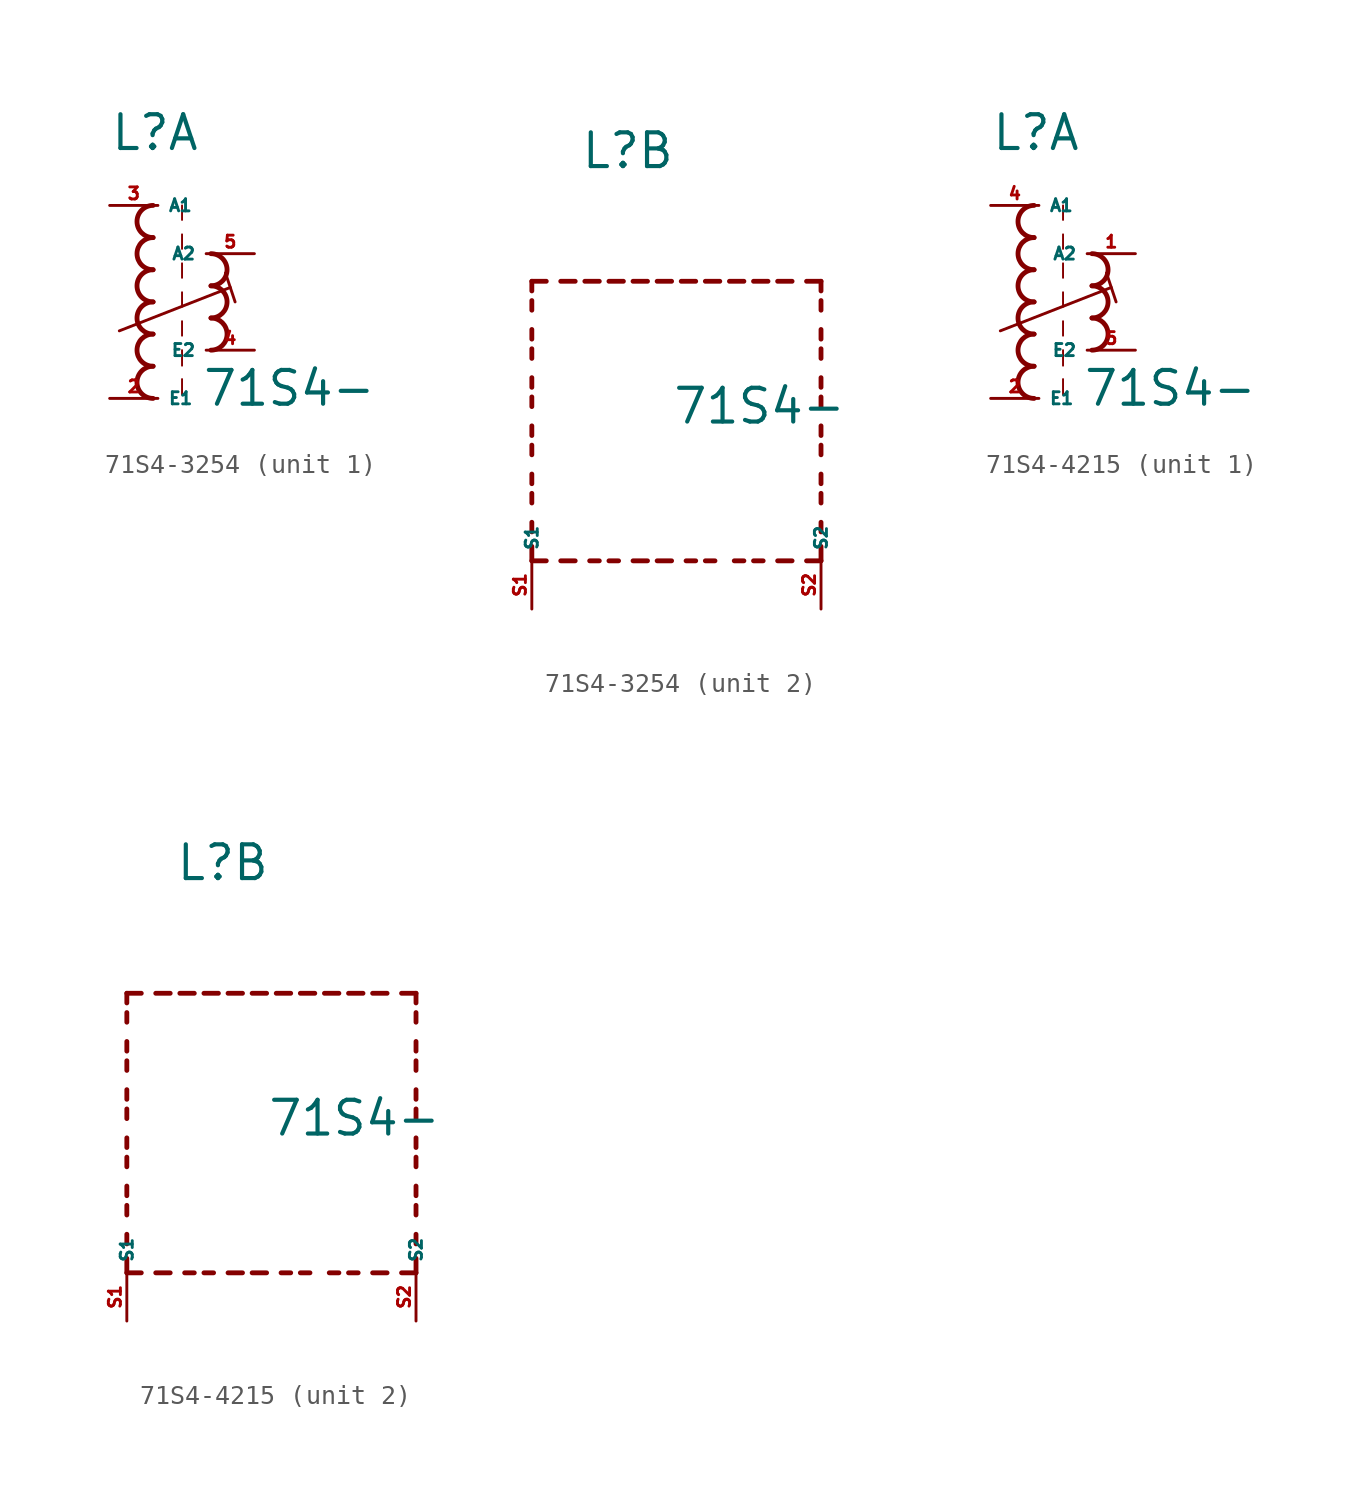
<source format=kicad_sym>
(kicad_symbol_lib
  (version 20220914)
  (generator kicad_symbol_editor)
  (symbol "71S4-3254"
    (property "Reference" "L"
      (at -2.54 7.874 0)
      (effects (font (size 1.778 1.778) (thickness 0.22)) (justify left bottom)))
    (property "Value" "71S4-"
      (at 2.286 -5.588 0)
      (effects (font (size 1.778 1.778) (thickness 0.22)) (justify left bottom)))
    (symbol "71S4-3254_1_0"
      (arc (start -0.254 -3.3866) (mid -1.1004 -4.2333) (end -0.254 -5.08) (stroke (width 0.254) (type default)) (fill (type none)))
      (arc (start -0.254 -1.6932) (mid -1.1004 -2.5399) (end -0.254 -3.3866) (stroke (width 0.254) (type default)) (fill (type none)))
      (arc (start -0.254 0) (mid -1.1004 -0.8467) (end -0.254 -1.6934) (stroke (width 0.254) (type default)) (fill (type none)))
      (arc (start -0.254 1.6934) (mid -1.1004 0.8467) (end -0.254 0) (stroke (width 0.254) (type default)) (fill (type none)))
      (arc (start -0.254 3.3866) (mid -1.1002 2.54) (end -0.254 1.6934) (stroke (width 0.254) (type default)) (fill (type none)))
      (arc (start -0.254 5.08) (mid -1.1004 4.2333) (end -0.254 3.3866) (stroke (width 0.254) (type default)) (fill (type none)))
      (polyline (pts (xy -2.032 -1.524) (xy 3.81 0.762)) (stroke (width 0.152) (type default)) (fill (type none)))
      (polyline (pts (xy 1.27 -4.064) (xy 1.27 -4.88)) (stroke (width 0.102) (type default)) (fill (type none)))
      (polyline (pts (xy 1.27 -2.54) (xy 1.27 -3.356)) (stroke (width 0.102) (type default)) (fill (type none)))
      (polyline (pts (xy 1.27 -1.016) (xy 1.27 -1.778)) (stroke (width 0.102) (type default)) (fill (type none)))
      (polyline (pts (xy 1.27 0.508) (xy 1.27 -0.254)) (stroke (width 0.102) (type default)) (fill (type none)))
      (polyline (pts (xy 1.27 2.032) (xy 1.27 1.27)) (stroke (width 0.102) (type default)) (fill (type none)))
      (polyline (pts (xy 1.27 3.556) (xy 1.27 2.794)) (stroke (width 0.102) (type default)) (fill (type none)))
      (polyline (pts (xy 1.27 5.08) (xy 1.27 4.318)) (stroke (width 0.102) (type default)) (fill (type none)))
      (polyline (pts (xy 3.556 1.524) (xy 4.064 0)) (stroke (width 0.152) (type default)) (fill (type none)))
      (arc (start 2.794 -2.54) (mid 3.6404 -1.6933) (end 2.794 -0.8466) (stroke (width 0.254) (type default)) (fill (type none)))
      (arc (start 2.794 -0.8466) (mid 3.6402 0) (end 2.794 0.8466) (stroke (width 0.254) (type default)) (fill (type none)))
      (arc (start 2.794 0.8466) (mid 3.6404 1.6933) (end 2.794 2.54) (stroke (width 0.254) (type default)) (fill (type none)))
      (pin passive line (at -2.54 -5.08 0) (length 2.54) (name "E1" (effects (font (size 0.635 0.635)))) (number "2" (effects (font (size 0.635 0.635)))))
      (pin passive line (at -2.54 5.08 0) (length 2.54) (name "A1" (effects (font (size 0.635 0.635)))) (number "3" (effects (font (size 0.635 0.635)))))
      (pin passive line (at 5.08 -2.54 180) (length 2.54) (name "E2" (effects (font (size 0.635 0.635)))) (number "4" (effects (font (size 0.635 0.635)))))
      (pin passive line (at 5.08 2.54 180) (length 2.54) (name "A2" (effects (font (size 0.635 0.635)))) (number "5" (effects (font (size 0.635 0.635))))))
    (symbol "71S4-3254_2_0"
      (polyline (pts (xy -5.08 -12.7) (xy -5.08 -11.938)) (stroke (width 0.254) (type default)) (fill (type none)))
      (polyline (pts (xy -5.08 -12.7) (xy -4.318 -12.7)) (stroke (width 0.254) (type default)) (fill (type none)))
      (polyline (pts (xy -5.08 -11.176) (xy -5.08 -10.668)) (stroke (width 0.254) (type default)) (fill (type none)))
      (polyline (pts (xy -5.08 -9.652) (xy -5.08 -9.144)) (stroke (width 0.254) (type default)) (fill (type none)))
      (polyline (pts (xy -5.08 -8.636) (xy -5.08 -8.128)) (stroke (width 0.254) (type default)) (fill (type none)))
      (polyline (pts (xy -5.08 -7.112) (xy -5.08 -6.604)) (stroke (width 0.254) (type default)) (fill (type none)))
      (polyline (pts (xy -5.08 -6.096) (xy -5.08 -5.588)) (stroke (width 0.254) (type default)) (fill (type none)))
      (polyline (pts (xy -5.08 -4.572) (xy -5.08 -4.064)) (stroke (width 0.254) (type default)) (fill (type none)))
      (polyline (pts (xy -5.08 -3.556) (xy -5.08 -3.048)) (stroke (width 0.254) (type default)) (fill (type none)))
      (polyline (pts (xy -5.08 -2.032) (xy -5.08 -1.524)) (stroke (width 0.254) (type default)) (fill (type none)))
      (polyline (pts (xy -5.08 -1.016) (xy -5.08 -0.508)) (stroke (width 0.254) (type default)) (fill (type none)))
      (polyline (pts (xy -5.08 0.508) (xy -5.08 1.016)) (stroke (width 0.254) (type default)) (fill (type none)))
      (polyline (pts (xy -5.08 1.524) (xy -5.08 2.032)) (stroke (width 0.254) (type default)) (fill (type none)))
      (polyline (pts (xy -5.08 2.032) (xy -4.318 2.032)) (stroke (width 0.254) (type default)) (fill (type none)))
      (polyline (pts (xy -3.556 -12.7) (xy -2.794 -12.7)) (stroke (width 0.254) (type default)) (fill (type none)))
      (polyline (pts (xy -3.556 2.032) (xy -2.794 2.032)) (stroke (width 0.254) (type default)) (fill (type none)))
      (polyline (pts (xy -1.524 -12.7) (xy -2.032 -12.7)) (stroke (width 0.254) (type default)) (fill (type none)))
      (polyline (pts (xy -1.524 2.032) (xy -2.286 2.032)) (stroke (width 0.254) (type default)) (fill (type none)))
      (polyline (pts (xy -1.016 2.032) (xy -0.254 2.032)) (stroke (width 0.254) (type default)) (fill (type none)))
      (polyline (pts (xy -0.508 -12.7) (xy -1.016 -12.7)) (stroke (width 0.254) (type default)) (fill (type none)))
      (polyline (pts (xy 1.016 -12.7) (xy 0.254 -12.7)) (stroke (width 0.254) (type default)) (fill (type none)))
      (polyline (pts (xy 1.016 2.032) (xy 0.254 2.032)) (stroke (width 0.254) (type default)) (fill (type none)))
      (polyline (pts (xy 1.524 -12.7) (xy 2.286 -12.7)) (stroke (width 0.254) (type default)) (fill (type none)))
      (polyline (pts (xy 1.524 2.032) (xy 2.286 2.032)) (stroke (width 0.254) (type default)) (fill (type none)))
      (polyline (pts (xy 3.556 -12.7) (xy 3.048 -12.7)) (stroke (width 0.254) (type default)) (fill (type none)))
      (polyline (pts (xy 3.556 2.032) (xy 2.794 2.032)) (stroke (width 0.254) (type default)) (fill (type none)))
      (polyline (pts (xy 4.064 2.032) (xy 4.826 2.032)) (stroke (width 0.254) (type default)) (fill (type none)))
      (polyline (pts (xy 4.572 -12.7) (xy 4.064 -12.7)) (stroke (width 0.254) (type default)) (fill (type none)))
      (polyline (pts (xy 6.096 -12.7) (xy 5.588 -12.7)) (stroke (width 0.254) (type default)) (fill (type none)))
      (polyline (pts (xy 6.096 2.032) (xy 5.334 2.032)) (stroke (width 0.254) (type default)) (fill (type none)))
      (polyline (pts (xy 6.604 2.032) (xy 7.366 2.032)) (stroke (width 0.254) (type default)) (fill (type none)))
      (polyline (pts (xy 7.112 -12.7) (xy 6.604 -12.7)) (stroke (width 0.254) (type default)) (fill (type none)))
      (polyline (pts (xy 8.636 -12.7) (xy 7.874 -12.7)) (stroke (width 0.254) (type default)) (fill (type none)))
      (polyline (pts (xy 8.636 2.032) (xy 7.874 2.032)) (stroke (width 0.254) (type default)) (fill (type none)))
      (polyline (pts (xy 10.16 -12.7) (xy 9.398 -12.7)) (stroke (width 0.254) (type default)) (fill (type none)))
      (polyline (pts (xy 10.16 -12.7) (xy 10.16 -11.938)) (stroke (width 0.254) (type default)) (fill (type none)))
      (polyline (pts (xy 10.16 -11.176) (xy 10.16 -10.668)) (stroke (width 0.254) (type default)) (fill (type none)))
      (polyline (pts (xy 10.16 -9.652) (xy 10.16 -9.144)) (stroke (width 0.254) (type default)) (fill (type none)))
      (polyline (pts (xy 10.16 -8.636) (xy 10.16 -8.128)) (stroke (width 0.254) (type default)) (fill (type none)))
      (polyline (pts (xy 10.16 -7.112) (xy 10.16 -6.604)) (stroke (width 0.254) (type default)) (fill (type none)))
      (polyline (pts (xy 10.16 -6.096) (xy 10.16 -5.588)) (stroke (width 0.254) (type default)) (fill (type none)))
      (polyline (pts (xy 10.16 -4.572) (xy 10.16 -4.064)) (stroke (width 0.254) (type default)) (fill (type none)))
      (polyline (pts (xy 10.16 -3.556) (xy 10.16 -3.048)) (stroke (width 0.254) (type default)) (fill (type none)))
      (polyline (pts (xy 10.16 -2.032) (xy 10.16 -1.524)) (stroke (width 0.254) (type default)) (fill (type none)))
      (polyline (pts (xy 10.16 -1.016) (xy 10.16 -0.508)) (stroke (width 0.254) (type default)) (fill (type none)))
      (polyline (pts (xy 10.16 0.508) (xy 10.16 1.016)) (stroke (width 0.254) (type default)) (fill (type none)))
      (polyline (pts (xy 10.16 1.524) (xy 10.16 2.032)) (stroke (width 0.254) (type default)) (fill (type none)))
      (polyline (pts (xy 10.16 2.032) (xy 9.398 2.032)) (stroke (width 0.254) (type default)) (fill (type none)))
      (pin passive line (at -5.08 -15.24 90) (length 2.54) (name "S1" (effects (font (size 0.635 0.635)))) (number "S1" (effects (font (size 0.635 0.635)))))
      (pin passive line (at 10.16 -15.24 90) (length 2.54) (name "S2" (effects (font (size 0.635 0.635)))) (number "S2" (effects (font (size 0.635 0.635)))))))
  (symbol "71S4-4215"
    (property "Reference" "L"
      (at -2.54 7.874 0)
      (effects (font (size 1.778 1.778) (thickness 0.22)) (justify left bottom)))
    (property "Value" "71S4-"
      (at 2.286 -5.588 0)
      (effects (font (size 1.778 1.778) (thickness 0.22)) (justify left bottom)))
    (symbol "71S4-4215_1_0"
      (arc (start -0.254 -3.3866) (mid -1.1004 -4.2333) (end -0.254 -5.08) (stroke (width 0.254) (type default)) (fill (type none)))
      (arc (start -0.254 -1.6932) (mid -1.1004 -2.5399) (end -0.254 -3.3866) (stroke (width 0.254) (type default)) (fill (type none)))
      (arc (start -0.254 0) (mid -1.1004 -0.8467) (end -0.254 -1.6934) (stroke (width 0.254) (type default)) (fill (type none)))
      (arc (start -0.254 1.6934) (mid -1.1004 0.8467) (end -0.254 0) (stroke (width 0.254) (type default)) (fill (type none)))
      (arc (start -0.254 3.3866) (mid -1.1002 2.54) (end -0.254 1.6934) (stroke (width 0.254) (type default)) (fill (type none)))
      (arc (start -0.254 5.08) (mid -1.1004 4.2333) (end -0.254 3.3866) (stroke (width 0.254) (type default)) (fill (type none)))
      (polyline (pts (xy -2.032 -1.524) (xy 3.81 0.762)) (stroke (width 0.152) (type default)) (fill (type none)))
      (polyline (pts (xy 1.27 -4.064) (xy 1.27 -4.88)) (stroke (width 0.102) (type default)) (fill (type none)))
      (polyline (pts (xy 1.27 -2.54) (xy 1.27 -3.356)) (stroke (width 0.102) (type default)) (fill (type none)))
      (polyline (pts (xy 1.27 -1.016) (xy 1.27 -1.778)) (stroke (width 0.102) (type default)) (fill (type none)))
      (polyline (pts (xy 1.27 0.508) (xy 1.27 -0.254)) (stroke (width 0.102) (type default)) (fill (type none)))
      (polyline (pts (xy 1.27 2.032) (xy 1.27 1.27)) (stroke (width 0.102) (type default)) (fill (type none)))
      (polyline (pts (xy 1.27 3.556) (xy 1.27 2.794)) (stroke (width 0.102) (type default)) (fill (type none)))
      (polyline (pts (xy 1.27 5.08) (xy 1.27 4.318)) (stroke (width 0.102) (type default)) (fill (type none)))
      (polyline (pts (xy 3.556 1.524) (xy 4.064 0)) (stroke (width 0.152) (type default)) (fill (type none)))
      (arc (start 2.794 -2.54) (mid 3.6404 -1.6933) (end 2.794 -0.8466) (stroke (width 0.254) (type default)) (fill (type none)))
      (arc (start 2.794 -0.8466) (mid 3.6402 0) (end 2.794 0.8466) (stroke (width 0.254) (type default)) (fill (type none)))
      (arc (start 2.794 0.8466) (mid 3.6404 1.6933) (end 2.794 2.54) (stroke (width 0.254) (type default)) (fill (type none)))
      (pin passive line (at 5.08 2.54 180) (length 2.54) (name "A2" (effects (font (size 0.635 0.635)))) (number "1" (effects (font (size 0.635 0.635)))))
      (pin passive line (at -2.54 -5.08 0) (length 2.54) (name "E1" (effects (font (size 0.635 0.635)))) (number "2" (effects (font (size 0.635 0.635)))))
      (pin passive line (at -2.54 5.08 0) (length 2.54) (name "A1" (effects (font (size 0.635 0.635)))) (number "4" (effects (font (size 0.635 0.635)))))
      (pin passive line (at 5.08 -2.54 180) (length 2.54) (name "E2" (effects (font (size 0.635 0.635)))) (number "5" (effects (font (size 0.635 0.635))))))
    (symbol "71S4-4215_2_0"
      (polyline (pts (xy -5.08 -12.7) (xy -5.08 -11.938)) (stroke (width 0.254) (type default)) (fill (type none)))
      (polyline (pts (xy -5.08 -12.7) (xy -4.318 -12.7)) (stroke (width 0.254) (type default)) (fill (type none)))
      (polyline (pts (xy -5.08 -11.176) (xy -5.08 -10.668)) (stroke (width 0.254) (type default)) (fill (type none)))
      (polyline (pts (xy -5.08 -9.652) (xy -5.08 -9.144)) (stroke (width 0.254) (type default)) (fill (type none)))
      (polyline (pts (xy -5.08 -8.636) (xy -5.08 -8.128)) (stroke (width 0.254) (type default)) (fill (type none)))
      (polyline (pts (xy -5.08 -7.112) (xy -5.08 -6.604)) (stroke (width 0.254) (type default)) (fill (type none)))
      (polyline (pts (xy -5.08 -6.096) (xy -5.08 -5.588)) (stroke (width 0.254) (type default)) (fill (type none)))
      (polyline (pts (xy -5.08 -4.572) (xy -5.08 -4.064)) (stroke (width 0.254) (type default)) (fill (type none)))
      (polyline (pts (xy -5.08 -3.556) (xy -5.08 -3.048)) (stroke (width 0.254) (type default)) (fill (type none)))
      (polyline (pts (xy -5.08 -2.032) (xy -5.08 -1.524)) (stroke (width 0.254) (type default)) (fill (type none)))
      (polyline (pts (xy -5.08 -1.016) (xy -5.08 -0.508)) (stroke (width 0.254) (type default)) (fill (type none)))
      (polyline (pts (xy -5.08 0.508) (xy -5.08 1.016)) (stroke (width 0.254) (type default)) (fill (type none)))
      (polyline (pts (xy -5.08 1.524) (xy -5.08 2.032)) (stroke (width 0.254) (type default)) (fill (type none)))
      (polyline (pts (xy -5.08 2.032) (xy -4.318 2.032)) (stroke (width 0.254) (type default)) (fill (type none)))
      (polyline (pts (xy -3.556 -12.7) (xy -2.794 -12.7)) (stroke (width 0.254) (type default)) (fill (type none)))
      (polyline (pts (xy -3.556 2.032) (xy -2.794 2.032)) (stroke (width 0.254) (type default)) (fill (type none)))
      (polyline (pts (xy -1.524 -12.7) (xy -2.032 -12.7)) (stroke (width 0.254) (type default)) (fill (type none)))
      (polyline (pts (xy -1.524 2.032) (xy -2.286 2.032)) (stroke (width 0.254) (type default)) (fill (type none)))
      (polyline (pts (xy -1.016 2.032) (xy -0.254 2.032)) (stroke (width 0.254) (type default)) (fill (type none)))
      (polyline (pts (xy -0.508 -12.7) (xy -1.016 -12.7)) (stroke (width 0.254) (type default)) (fill (type none)))
      (polyline (pts (xy 1.016 -12.7) (xy 0.254 -12.7)) (stroke (width 0.254) (type default)) (fill (type none)))
      (polyline (pts (xy 1.016 2.032) (xy 0.254 2.032)) (stroke (width 0.254) (type default)) (fill (type none)))
      (polyline (pts (xy 1.524 -12.7) (xy 2.286 -12.7)) (stroke (width 0.254) (type default)) (fill (type none)))
      (polyline (pts (xy 1.524 2.032) (xy 2.286 2.032)) (stroke (width 0.254) (type default)) (fill (type none)))
      (polyline (pts (xy 3.556 -12.7) (xy 3.048 -12.7)) (stroke (width 0.254) (type default)) (fill (type none)))
      (polyline (pts (xy 3.556 2.032) (xy 2.794 2.032)) (stroke (width 0.254) (type default)) (fill (type none)))
      (polyline (pts (xy 4.064 2.032) (xy 4.826 2.032)) (stroke (width 0.254) (type default)) (fill (type none)))
      (polyline (pts (xy 4.572 -12.7) (xy 4.064 -12.7)) (stroke (width 0.254) (type default)) (fill (type none)))
      (polyline (pts (xy 6.096 -12.7) (xy 5.588 -12.7)) (stroke (width 0.254) (type default)) (fill (type none)))
      (polyline (pts (xy 6.096 2.032) (xy 5.334 2.032)) (stroke (width 0.254) (type default)) (fill (type none)))
      (polyline (pts (xy 6.604 2.032) (xy 7.366 2.032)) (stroke (width 0.254) (type default)) (fill (type none)))
      (polyline (pts (xy 7.112 -12.7) (xy 6.604 -12.7)) (stroke (width 0.254) (type default)) (fill (type none)))
      (polyline (pts (xy 8.636 -12.7) (xy 7.874 -12.7)) (stroke (width 0.254) (type default)) (fill (type none)))
      (polyline (pts (xy 8.636 2.032) (xy 7.874 2.032)) (stroke (width 0.254) (type default)) (fill (type none)))
      (polyline (pts (xy 10.16 -12.7) (xy 9.398 -12.7)) (stroke (width 0.254) (type default)) (fill (type none)))
      (polyline (pts (xy 10.16 -12.7) (xy 10.16 -11.938)) (stroke (width 0.254) (type default)) (fill (type none)))
      (polyline (pts (xy 10.16 -11.176) (xy 10.16 -10.668)) (stroke (width 0.254) (type default)) (fill (type none)))
      (polyline (pts (xy 10.16 -9.652) (xy 10.16 -9.144)) (stroke (width 0.254) (type default)) (fill (type none)))
      (polyline (pts (xy 10.16 -8.636) (xy 10.16 -8.128)) (stroke (width 0.254) (type default)) (fill (type none)))
      (polyline (pts (xy 10.16 -7.112) (xy 10.16 -6.604)) (stroke (width 0.254) (type default)) (fill (type none)))
      (polyline (pts (xy 10.16 -6.096) (xy 10.16 -5.588)) (stroke (width 0.254) (type default)) (fill (type none)))
      (polyline (pts (xy 10.16 -4.572) (xy 10.16 -4.064)) (stroke (width 0.254) (type default)) (fill (type none)))
      (polyline (pts (xy 10.16 -3.556) (xy 10.16 -3.048)) (stroke (width 0.254) (type default)) (fill (type none)))
      (polyline (pts (xy 10.16 -2.032) (xy 10.16 -1.524)) (stroke (width 0.254) (type default)) (fill (type none)))
      (polyline (pts (xy 10.16 -1.016) (xy 10.16 -0.508)) (stroke (width 0.254) (type default)) (fill (type none)))
      (polyline (pts (xy 10.16 0.508) (xy 10.16 1.016)) (stroke (width 0.254) (type default)) (fill (type none)))
      (polyline (pts (xy 10.16 1.524) (xy 10.16 2.032)) (stroke (width 0.254) (type default)) (fill (type none)))
      (polyline (pts (xy 10.16 2.032) (xy 9.398 2.032)) (stroke (width 0.254) (type default)) (fill (type none)))
      (pin passive line (at -5.08 -15.24 90) (length 2.54) (name "S1" (effects (font (size 0.635 0.635)))) (number "S1" (effects (font (size 0.635 0.635)))))
      (pin passive line (at 10.16 -15.24 90) (length 2.54) (name "S2" (effects (font (size 0.635 0.635)))) (number "S2" (effects (font (size 0.635 0.635))))))))
</source>
